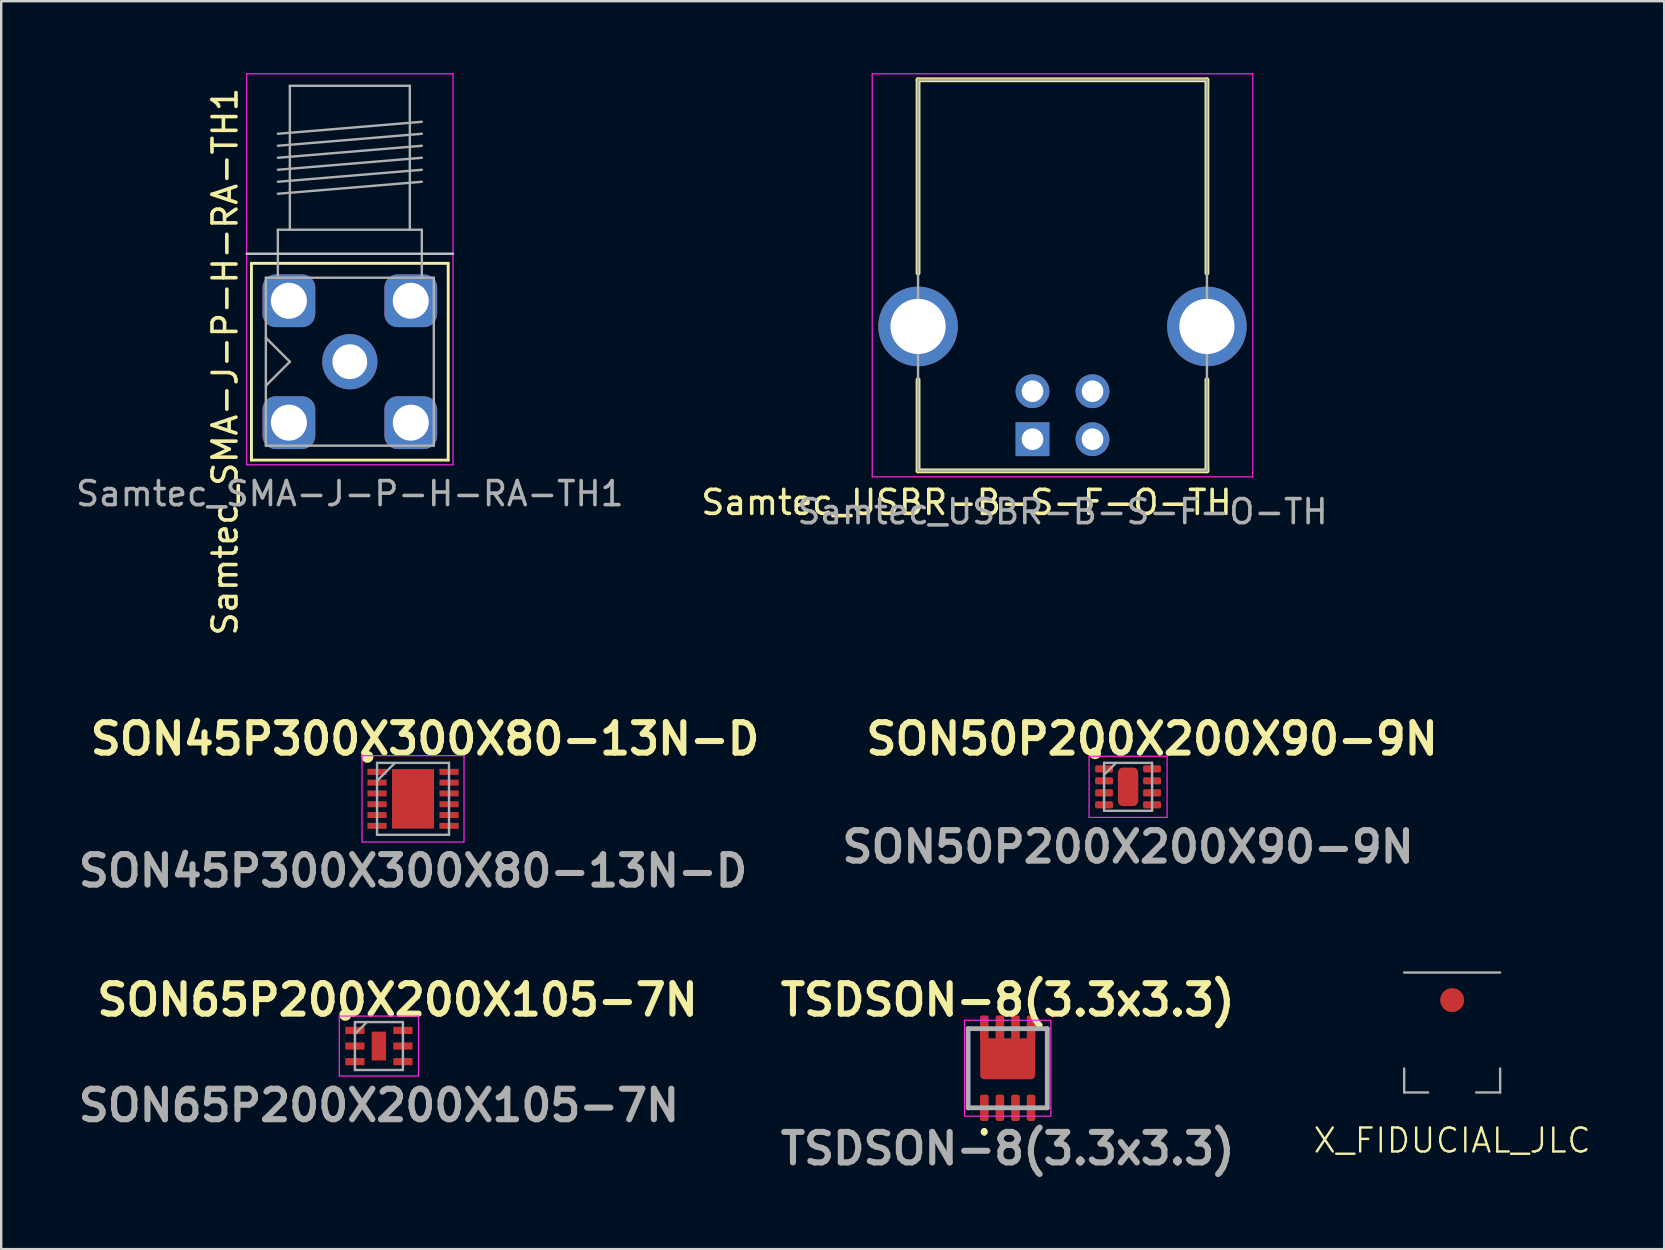
<source format=kicad_pcb>
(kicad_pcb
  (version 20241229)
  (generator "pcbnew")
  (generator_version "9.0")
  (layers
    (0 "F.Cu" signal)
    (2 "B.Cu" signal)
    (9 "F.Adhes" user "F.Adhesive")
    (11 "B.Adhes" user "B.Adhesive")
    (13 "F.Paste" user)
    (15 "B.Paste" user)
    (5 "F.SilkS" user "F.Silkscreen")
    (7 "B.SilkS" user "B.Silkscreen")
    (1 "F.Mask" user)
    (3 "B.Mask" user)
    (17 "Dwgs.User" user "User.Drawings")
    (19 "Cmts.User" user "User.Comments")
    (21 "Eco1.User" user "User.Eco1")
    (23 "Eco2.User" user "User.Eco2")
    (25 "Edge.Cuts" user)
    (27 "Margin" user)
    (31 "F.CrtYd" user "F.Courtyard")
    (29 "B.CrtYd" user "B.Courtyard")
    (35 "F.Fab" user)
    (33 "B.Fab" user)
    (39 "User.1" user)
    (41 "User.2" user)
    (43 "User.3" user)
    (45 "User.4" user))
  (footprint "X_FIDUCIAL_JLC"
    (layer "F.Cu")
    (at 55.472 42.482)
    (property "Reference" "X_FIDUCIAL_JLC" (at 2 2 0) (unlocked yes) (layer "F.SilkS") (effects (font (size 1 1) (thickness 0.1))))
    (attr smd)
    (fp_line (start 0 -5) (end 4 -5) (stroke (width 0.1) (type default)) (layer "F.Fab"))
    (fp_line (start 0 -1) (end 0 0) (stroke (width 0.1) (type default)) (layer "F.Fab"))
    (fp_line (start 0 0) (end 1 0) (stroke (width 0.1) (type default)) (layer "F.Fab"))
    (fp_line (start 3 0) (end 4 0) (stroke (width 0.1) (type default)) (layer "F.Fab"))
    (fp_line (start 4 0) (end 4 -1) (stroke (width 0.1) (type default)) (layer "F.Fab"))
    (pad "1" smd circle (at 2 -3.85) (size 1 1) (layers "F.Cu" "F.Mask" "F.Paste")))
  (footprint "SON45P300X300X80-13N-D"
    (layer "F.Cu")
    (at 14.164 30.243)
    (property "Reference" "SON45P300X300X80-13N-D" (at 0.5 -2.5 0) (layer "F.SilkS") (effects (font (size 1.27 1.27) (thickness 0.254))))
    (attr smd)
    (fp_circle (center -1.9 -1.75) (end -1.9 -1.625) (stroke (width 0.25) (type solid)) (fill no) (layer "F.SilkS"))
    (fp_line (start -2.125 -1.8) (end 2.125 -1.8) (stroke (width 0.05) (type solid)) (layer "F.CrtYd"))
    (fp_line (start -2.125 1.8) (end -2.125 -1.8) (stroke (width 0.05) (type solid)) (layer "F.CrtYd"))
    (fp_line (start 2.125 -1.8) (end 2.125 1.8) (stroke (width 0.05) (type solid)) (layer "F.CrtYd"))
    (fp_line (start 2.125 1.8) (end -2.125 1.8) (stroke (width 0.05) (type solid)) (layer "F.CrtYd"))
    (fp_line (start -1.5 -1.5) (end 1.5 -1.5) (stroke (width 0.1) (type solid)) (layer "F.Fab"))
    (fp_line (start -1.5 -0.75) (end -0.75 -1.5) (stroke (width 0.1) (type solid)) (layer "F.Fab"))
    (fp_line (start -1.5 1.5) (end -1.5 -1.5) (stroke (width 0.1) (type solid)) (layer "F.Fab"))
    (fp_line (start 1.5 -1.5) (end 1.5 1.5) (stroke (width 0.1) (type solid)) (layer "F.Fab"))
    (fp_line (start 1.5 1.5) (end -1.5 1.5) (stroke (width 0.1) (type solid)) (layer "F.Fab"))
    (fp_text user "${REFERENCE}" (at 0 3 0) (layer "F.Fab") (effects (font (size 1.27 1.27) (thickness 0.254))))
    (pad "1" smd rect (at -1.5 -1.125 90) (size 0.25 0.8) (layers "F.Cu" "F.Mask" "F.Paste"))
    (pad "2" smd rect (at -1.5 -0.675 90) (size 0.25 0.8) (layers "F.Cu" "F.Mask" "F.Paste"))
    (pad "3" smd rect (at -1.5 -0.225 90) (size 0.25 0.8) (layers "F.Cu" "F.Mask" "F.Paste"))
    (pad "4" smd rect (at -1.5 0.225 90) (size 0.25 0.8) (layers "F.Cu" "F.Mask" "F.Paste"))
    (pad "5" smd rect (at -1.5 0.675 90) (size 0.25 0.8) (layers "F.Cu" "F.Mask" "F.Paste"))
    (pad "6" smd rect (at -1.5 1.125 90) (size 0.25 0.8) (layers "F.Cu" "F.Mask" "F.Paste"))
    (pad "7" smd rect (at 1.5 1.125 90) (size 0.25 0.8) (layers "F.Cu" "F.Mask" "F.Paste"))
    (pad "8" smd rect (at 1.5 0.675 90) (size 0.25 0.8) (layers "F.Cu" "F.Mask" "F.Paste"))
    (pad "9" smd rect (at 1.5 0.225 90) (size 0.25 0.8) (layers "F.Cu" "F.Mask" "F.Paste"))
    (pad "10" smd rect (at 1.5 -0.225 90) (size 0.25 0.8) (layers "F.Cu" "F.Mask" "F.Paste"))
    (pad "11" smd rect (at 1.5 -0.675 90) (size 0.25 0.8) (layers "F.Cu" "F.Mask" "F.Paste"))
    (pad "12" smd rect (at 1.5 -1.125 90) (size 0.25 0.8) (layers "F.Cu" "F.Mask" "F.Paste"))
    (pad "13" smd rect (at 0 0) (size 1.75 2.48) (layers "F.Cu" "F.Mask" "F.Paste")))
  (footprint "Samtec_USBR-B-S-F-O-TH"
    (layer "F.Cu")
    (at 41.232 0.275)
    (property "Reference" "Samtec_USBR-B-S-F-O-TH" (at -4 17.615 180) (layer "F.SilkS") (effects (font (size 1 1) (thickness 0.15))))
    (attr through_hole)
    (fp_line (start -6.02 0) (end 6.02 0) (stroke (width 0.2) (type solid)) (layer "F.SilkS"))
    (fp_line (start -6.02 8.06) (end -6.02 0) (stroke (width 0.2) (type solid)) (layer "F.SilkS"))
    (fp_line (start -6.02 16.3) (end -6.02 12.5) (stroke (width 0.2) (type solid)) (layer "F.SilkS"))
    (fp_line (start 6.02 0) (end 6.02 8.06) (stroke (width 0.2) (type solid)) (layer "F.SilkS"))
    (fp_line (start 6.02 12.5) (end 6.02 16.3) (stroke (width 0.2) (type solid)) (layer "F.SilkS"))
    (fp_line (start 6.02 16.3) (end -6.02 16.3) (stroke (width 0.2) (type solid)) (layer "F.SilkS"))
    (fp_line (start -7.93 -0.25) (end 7.93 -0.25) (stroke (width 0.05) (type solid)) (layer "F.CrtYd"))
    (fp_line (start -7.93 16.55) (end -7.93 -0.25) (stroke (width 0.05) (type solid)) (layer "F.CrtYd"))
    (fp_line (start 7.93 -0.25) (end 7.93 16.55) (stroke (width 0.05) (type solid)) (layer "F.CrtYd"))
    (fp_line (start 7.93 16.55) (end -7.93 16.55) (stroke (width 0.05) (type solid)) (layer "F.CrtYd"))
    (fp_line (start -6.02 0) (end 6.02 0) (stroke (width 0.1) (type solid)) (layer "F.Fab"))
    (fp_line (start -6.02 16.3) (end -6.02 0) (stroke (width 0.1) (type solid)) (layer "F.Fab"))
    (fp_line (start 6.02 0) (end 6.02 16.3) (stroke (width 0.1) (type solid)) (layer "F.Fab"))
    (fp_line (start 6.02 16.3) (end -6.02 16.3) (stroke (width 0.1) (type solid)) (layer "F.Fab"))
    (fp_text user "${REFERENCE}" (at 0 18 0) (layer "F.Fab") (effects (font (size 1 1) (thickness 0.15))))
    (pad "1" thru_hole rect (at -1.25 14.98 180) (size 1.408 1.408) (drill 0.9) (layers "*.Cu" "*.Mask"))
    (pad "2" thru_hole circle (at 1.25 14.98 180) (size 1.408 1.408) (drill 0.9) (layers "*.Cu" "*.Mask"))
    (pad "3" thru_hole circle (at 1.25 12.98 180) (size 1.408 1.408) (drill 0.9) (layers "*.Cu" "*.Mask"))
    (pad "4" thru_hole circle (at -1.25 12.98 180) (size 1.408 1.408) (drill 0.9) (layers "*.Cu" "*.Mask"))
    (pad "5" thru_hole circle (at -6.02 10.28 180) (size 3.316 3.316) (drill 2.3) (layers "*.Cu" "*.Mask"))
    (pad "5" thru_hole circle (at 6.02 10.28 180) (size 3.316 3.316) (drill 2.3) (layers "*.Cu" "*.Mask")))
  (footprint "SON50P200X200X90-9N"
    (layer "F.Cu")
    (at 43.965 29.743)
    (property "Reference" "SON50P200X200X90-9N" (at 1 -2 0) (layer "F.SilkS") (effects (font (size 1.27 1.27) (thickness 0.254))))
    (attr smd)
    (fp_circle (center -1.375 -1.4) (end -1.375 -1.275) (stroke (width 0.25) (type solid)) (fill no) (layer "F.SilkS"))
    (fp_rect (start -0.312 -0.675) (end 0.312 -0.375) (stroke (width 0.1) (type solid)) (fill yes) (layer "F.Paste"))
    (fp_rect (start -0.312 -0.2) (end 0.312 0.2) (stroke (width 0.1) (type solid)) (fill yes) (layer "F.Paste"))
    (fp_rect (start -0.312 0.375) (end 0.312 0.675) (stroke (width 0.1) (type solid)) (fill yes) (layer "F.Paste"))
    (fp_line (start -1.625 -1.275) (end 1.625 -1.275) (stroke (width 0.05) (type solid)) (layer "F.CrtYd"))
    (fp_line (start -1.625 1.275) (end -1.625 -1.275) (stroke (width 0.05) (type solid)) (layer "F.CrtYd"))
    (fp_line (start 1.625 -1.275) (end 1.625 1.275) (stroke (width 0.05) (type solid)) (layer "F.CrtYd"))
    (fp_line (start 1.625 1.275) (end -1.625 1.275) (stroke (width 0.05) (type solid)) (layer "F.CrtYd"))
    (fp_line (start -1 -1) (end 1 -1) (stroke (width 0.1) (type solid)) (layer "F.Fab"))
    (fp_line (start -1 -0.5) (end -0.5 -1) (stroke (width 0.1) (type solid)) (layer "F.Fab"))
    (fp_line (start -1 1) (end -1 -1) (stroke (width 0.1) (type solid)) (layer "F.Fab"))
    (fp_line (start 1 -1) (end 1 1) (stroke (width 0.1) (type solid)) (layer "F.Fab"))
    (fp_line (start 1 1) (end -1 1) (stroke (width 0.1) (type solid)) (layer "F.Fab"))
    (fp_text user "${REFERENCE}" (at 0 2.5 0) (layer "F.Fab") (effects (font (size 1.27 1.27) (thickness 0.254))))
    (pad "1" smd roundrect (at -1 -0.75 90) (size 0.3 0.75) (layers "F.Cu" "F.Mask" "F.Paste") (roundrect_rratio 0.25))
    (pad "2" smd roundrect (at -1 -0.25 90) (size 0.3 0.75) (layers "F.Cu" "F.Mask" "F.Paste") (roundrect_rratio 0.25))
    (pad "3" smd roundrect (at -1 0.25 90) (size 0.3 0.75) (layers "F.Cu" "F.Mask" "F.Paste") (roundrect_rratio 0.25))
    (pad "4" smd roundrect (at -1 0.75 90) (size 0.3 0.75) (layers "F.Cu" "F.Mask" "F.Paste") (roundrect_rratio 0.25))
    (pad "5" smd roundrect (at 1 0.75 90) (size 0.3 0.75) (layers "F.Cu" "F.Mask" "F.Paste") (roundrect_rratio 0.25))
    (pad "6" smd roundrect (at 1 0.25 90) (size 0.3 0.75) (layers "F.Cu" "F.Mask" "F.Paste") (roundrect_rratio 0.25))
    (pad "7" smd roundrect (at 1 -0.25 90) (size 0.3 0.75) (layers "F.Cu" "F.Mask" "F.Paste") (roundrect_rratio 0.25))
    (pad "8" smd roundrect (at 1 -0.75 90) (size 0.3 0.75) (layers "F.Cu" "F.Mask" "F.Paste") (roundrect_rratio 0.25))
    (pad "9" smd roundrect (at 0 0) (size 0.85 1.605) (layers "F.Cu" "F.Mask") (roundrect_rratio 0.25)))
  (footprint "Samtec_SMA-J-P-H-RA-TH1"
    (layer "F.Cu")
    (at 11.53 7.525)
    (property "Reference" "Samtec_SMA-J-P-H-RA-TH1" (at -5.2 4.5 90) (layer "F.SilkS") (effects (font (size 1 1) (thickness 0.15))))
    (attr through_hole)
    (fp_line (start -4.1 0.4) (end -4.1 8.6) (stroke (width 0.12) (type solid)) (layer "F.SilkS"))
    (fp_line (start -4.1 0.4) (end 4.1 0.4) (stroke (width 0.12) (type solid)) (layer "F.SilkS"))
    (fp_line (start -4.1 8.6) (end 4.1 8.6) (stroke (width 0.12) (type solid)) (layer "F.SilkS"))
    (fp_line (start 4.1 0.4) (end 4.1 8.6) (stroke (width 0.12) (type solid)) (layer "F.SilkS"))
    (fp_line (start 4.3 0) (end -4.3 0) (stroke (width 0.1) (type solid)) (layer "Dwgs.User"))
    (fp_line (start -4.3 -7.5) (end -4.3 8.8) (stroke (width 0.05) (type solid)) (layer "F.CrtYd"))
    (fp_line (start -4.3 -7.5) (end 4.3 -7.5) (stroke (width 0.05) (type solid)) (layer "F.CrtYd"))
    (fp_line (start 4.3 8.8) (end -4.3 8.8) (stroke (width 0.05) (type solid)) (layer "F.CrtYd"))
    (fp_line (start 4.3 8.8) (end 4.3 -7.5) (stroke (width 0.05) (type solid)) (layer "F.CrtYd"))
    (fp_line (start -3.5 1) (end -3.5 8) (stroke (width 0.1) (type solid)) (layer "F.Fab"))
    (fp_line (start -3.5 1) (end 3.5 1) (stroke (width 0.1) (type solid)) (layer "F.Fab"))
    (fp_line (start -3.5 3.5) (end -2.5 4.5) (stroke (width 0.1) (type solid)) (layer "F.Fab"))
    (fp_line (start -3.5 8) (end 3.5 8) (stroke (width 0.1) (type solid)) (layer "F.Fab"))
    (fp_line (start -3 -5) (end 3 -5.5) (stroke (width 0.1) (type solid)) (layer "F.Fab"))
    (fp_line (start -3 -4.5) (end 3 -5) (stroke (width 0.1) (type solid)) (layer "F.Fab"))
    (fp_line (start -3 -4) (end 3 -4.5) (stroke (width 0.1) (type solid)) (layer "F.Fab"))
    (fp_line (start -3 -3.5) (end 3 -4) (stroke (width 0.1) (type solid)) (layer "F.Fab"))
    (fp_line (start -3 -3) (end 3 -3.5) (stroke (width 0.1) (type solid)) (layer "F.Fab"))
    (fp_line (start -3 -2.5) (end 3 -3) (stroke (width 0.1) (type solid)) (layer "F.Fab"))
    (fp_line (start -3 -1) (end -3 1) (stroke (width 0.1) (type solid)) (layer "F.Fab"))
    (fp_line (start -2.5 -7) (end -2.5 -1) (stroke (width 0.1) (type solid)) (layer "F.Fab"))
    (fp_line (start -2.5 -7) (end 2.5 -7) (stroke (width 0.1) (type solid)) (layer "F.Fab"))
    (fp_line (start -2.5 4.5) (end -3.5 5.5) (stroke (width 0.1) (type solid)) (layer "F.Fab"))
    (fp_line (start 2.5 -7) (end 2.5 -1) (stroke (width 0.1) (type solid)) (layer "F.Fab"))
    (fp_line (start 3 -1) (end -3 -1) (stroke (width 0.1) (type solid)) (layer "F.Fab"))
    (fp_line (start 3 -1) (end 3 1) (stroke (width 0.1) (type solid)) (layer "F.Fab"))
    (fp_line (start 3.5 1) (end 3.5 8) (stroke (width 0.1) (type solid)) (layer "F.Fab"))
    (fp_text user "${REFERENCE}" (at 0 10 0) (layer "F.Fab") (effects (font (size 1 1) (thickness 0.15))))
    (pad "1" thru_hole circle (at 0 4.5) (size 2.3 2.3) (drill 1.45) (layers "*.Cu" "*.Mask") (remove_unused_layers yes) (keep_end_layers yes) (zone_layer_connections))
    (pad "2" thru_hole roundrect (at -2.54 1.96) (size 2.2 2.2) (drill 1.5) (layers "*.Cu" "*.Mask") (remove_unused_layers yes) (keep_end_layers yes) (zone_layer_connections) (roundrect_rratio 0.25))
    (pad "2" thru_hole roundrect (at -2.54 7.04) (size 2.2 2.2) (drill 1.5) (layers "*.Cu" "*.Mask") (remove_unused_layers yes) (keep_end_layers yes) (zone_layer_connections) (roundrect_rratio 0.25))
    (pad "2" thru_hole roundrect (at 2.54 1.96) (size 2.2 2.2) (drill 1.5) (layers "*.Cu" "*.Mask") (remove_unused_layers yes) (keep_end_layers yes) (zone_layer_connections) (roundrect_rratio 0.25))
    (pad "2" thru_hole roundrect (at 2.54 7.04) (size 2.2 2.2) (drill 1.5) (layers "*.Cu" "*.Mask") (remove_unused_layers yes) (keep_end_layers yes) (zone_layer_connections) (roundrect_rratio 0.25)))
  (footprint "TSDSON-8(3.3x3.3)"
    (layer "F.Cu")
    (at 38.948 41.471)
    (property "Reference" "TSDSON-8(3.3x3.3)" (at 0 -2.85 0) (layer "F.SilkS") (effects (font (size 1.27 1.27) (thickness 0.254))))
    (attr smd)
    (fp_line (start -1.65 -1.65) (end -1.65 -1.65) (stroke (width 0.1) (type solid)) (layer "F.SilkS"))
    (fp_line (start -1.65 -1.65) (end -1.65 1.65) (stroke (width 0.1) (type solid)) (layer "F.SilkS"))
    (fp_line (start -1.65 1.65) (end -1.65 -1.65) (stroke (width 0.1) (type solid)) (layer "F.SilkS"))
    (fp_line (start -1.65 1.65) (end -1.65 1.65) (stroke (width 0.1) (type solid)) (layer "F.SilkS"))
    (fp_line (start -0.975 2.6) (end -0.975 2.6) (stroke (width 0.2) (type solid)) (layer "F.SilkS"))
    (fp_line (start -0.975 2.6) (end -0.975 2.6) (stroke (width 0.2) (type solid)) (layer "F.SilkS"))
    (fp_line (start -0.975 2.7) (end -0.975 2.7) (stroke (width 0.2) (type solid)) (layer "F.SilkS"))
    (fp_line (start 1.65 -1.65) (end 1.65 -1.65) (stroke (width 0.1) (type solid)) (layer "F.SilkS"))
    (fp_line (start 1.65 -1.65) (end 1.65 1.65) (stroke (width 0.1) (type solid)) (layer "F.SilkS"))
    (fp_line (start 1.65 1.65) (end 1.65 -1.65) (stroke (width 0.1) (type solid)) (layer "F.SilkS"))
    (fp_line (start 1.65 1.65) (end 1.65 1.65) (stroke (width 0.1) (type solid)) (layer "F.SilkS"))
    (fp_arc (start -0.975 2.6) (mid -0.925 2.65) (end -0.975 2.7) (stroke (width 0.2) (type solid)) (layer "F.SilkS"))
    (fp_arc (start -0.975 2.7) (mid -1.025 2.65) (end -0.975 2.6) (stroke (width 0.2) (type solid)) (layer "F.SilkS"))
    (fp_arc (start -0.975 2.7) (mid -1.025 2.65) (end -0.975 2.6) (stroke (width 0.2) (type solid)) (layer "F.SilkS"))
    (fp_rect (start -1 -1) (end -0.5 -0.7) (stroke (width 0.1) (type default)) (fill yes) (layer "F.Paste"))
    (fp_rect (start -1 -0.5) (end -0.5 -0.3) (stroke (width 0.1) (type default)) (fill yes) (layer "F.Paste"))
    (fp_rect (start -1 -0.1) (end -0.5 0.3) (stroke (width 0.1) (type default)) (fill yes) (layer "F.Paste"))
    (fp_rect (start -0.2 -1) (end 0.2 -0.7) (stroke (width 0.1) (type default)) (fill yes) (layer "F.Paste"))
    (fp_rect (start -0.2 -0.5) (end 0.2 -0.3) (stroke (width 0.1) (type default)) (fill yes) (layer "F.Paste"))
    (fp_rect (start -0.2 -0.1) (end 0.2 0.3) (stroke (width 0.1) (type default)) (fill yes) (layer "F.Paste"))
    (fp_rect (start 0.5 -1) (end 1 -0.7) (stroke (width 0.1) (type default)) (fill yes) (layer "F.Paste"))
    (fp_rect (start 0.5 -0.5) (end 1 -0.3) (stroke (width 0.1) (type default)) (fill yes) (layer "F.Paste"))
    (fp_rect (start 0.5 -0.1) (end 1 0.3) (stroke (width 0.1) (type default)) (fill yes) (layer "F.Paste"))
    (fp_rect (start -1.8 -2) (end 1.8 2) (stroke (width 0.05) (type default)) (fill no) (layer "F.CrtYd"))
    (fp_line (start -1.65 -1.65) (end -1.65 1.65) (stroke (width 0.2) (type solid)) (layer "F.Fab"))
    (fp_line (start -1.65 1.65) (end 1.65 1.65) (stroke (width 0.2) (type solid)) (layer "F.Fab"))
    (fp_line (start 1.65 -1.65) (end -1.65 -1.65) (stroke (width 0.2) (type solid)) (layer "F.Fab"))
    (fp_line (start 1.65 1.65) (end 1.65 -1.65) (stroke (width 0.2) (type solid)) (layer "F.Fab"))
    (fp_text user "${REFERENCE}" (at 0 3.35 0) (layer "F.Fab") (effects (font (size 1.27 1.27) (thickness 0.254))))
    (pad "D" smd roundrect (at -0.975 -1.65) (size 0.36 1.1) (layers "F.Cu" "F.Mask" "F.Paste") (roundrect_rratio 0.25))
    (pad "D" smd roundrect (at -0.325 -1.65) (size 0.36 1.1) (layers "F.Cu" "F.Mask" "F.Paste") (roundrect_rratio 0.25))
    (pad "D" smd roundrect (at 0 -0.395 90) (size 1.71 2.29) (layers "F.Cu" "F.Mask") (roundrect_rratio 0.1))
    (pad "D" smd roundrect (at 0.325 -1.65) (size 0.36 1.1) (layers "F.Cu" "F.Mask" "F.Paste") (roundrect_rratio 0.25))
    (pad "D" smd roundrect (at 0.975 -1.65) (size 0.36 1.1) (layers "F.Cu" "F.Mask" "F.Paste") (roundrect_rratio 0.25))
    (pad "G" smd roundrect (at 0.975 1.65) (size 0.36 1.1) (layers "F.Cu" "F.Mask" "F.Paste") (roundrect_rratio 0.25))
    (pad "S" smd roundrect (at -0.975 1.65) (size 0.36 1.1) (layers "F.Cu" "F.Mask" "F.Paste") (roundrect_rratio 0.25))
    (pad "S" smd roundrect (at -0.325 1.65) (size 0.36 1.1) (layers "F.Cu" "F.Mask" "F.Paste") (roundrect_rratio 0.25))
    (pad "S" smd roundrect (at 0.325 1.65) (size 0.36 1.1) (layers "F.Cu" "F.Mask" "F.Paste") (roundrect_rratio 0.25)))
  (footprint "SON65P200X200X105-7N"
    (layer "F.Cu")
    (at 12.742 40.546)
    (property "Reference" "SON65P200X200X105-7N" (at 0.775 -1.925 0) (layer "F.SilkS") (effects (font (size 1.27 1.27) (thickness 0.254))))
    (attr smd)
    (fp_circle (center -1.4 -1.3) (end -1.4 -1.175) (stroke (width 0.25) (type solid)) (fill no) (layer "F.SilkS"))
    (fp_line (start -1.65 -1.25) (end 1.65 -1.25) (stroke (width 0.05) (type solid)) (layer "F.CrtYd"))
    (fp_line (start -1.65 1.25) (end -1.65 -1.25) (stroke (width 0.05) (type solid)) (layer "F.CrtYd"))
    (fp_line (start 1.65 -1.25) (end 1.65 1.25) (stroke (width 0.05) (type solid)) (layer "F.CrtYd"))
    (fp_line (start 1.65 1.25) (end -1.65 1.25) (stroke (width 0.05) (type solid)) (layer "F.CrtYd"))
    (fp_line (start -1 -1) (end 1 -1) (stroke (width 0.1) (type solid)) (layer "F.Fab"))
    (fp_line (start -1 -0.5) (end -0.5 -1) (stroke (width 0.1) (type solid)) (layer "F.Fab"))
    (fp_line (start -1 1) (end -1 -1) (stroke (width 0.1) (type solid)) (layer "F.Fab"))
    (fp_line (start 1 -1) (end 1 1) (stroke (width 0.1) (type solid)) (layer "F.Fab"))
    (fp_line (start 1 1) (end -1 1) (stroke (width 0.1) (type solid)) (layer "F.Fab"))
    (fp_text user "${REFERENCE}" (at 0 2.475 0) (layer "F.Fab") (effects (font (size 1.27 1.27) (thickness 0.254))))
    (pad "1" smd rect (at -1 -0.65 90) (size 0.3 0.8) (layers "F.Cu" "F.Mask" "F.Paste"))
    (pad "2" smd rect (at -1 0 90) (size 0.3 0.8) (layers "F.Cu" "F.Mask" "F.Paste"))
    (pad "3" smd rect (at -1 0.65 90) (size 0.3 0.8) (layers "F.Cu" "F.Mask" "F.Paste"))
    (pad "4" smd rect (at 1 0.65 90) (size 0.3 0.8) (layers "F.Cu" "F.Mask" "F.Paste"))
    (pad "5" smd rect (at 1 0 90) (size 0.3 0.8) (layers "F.Cu" "F.Mask" "F.Paste"))
    (pad "6" smd rect (at 1 -0.65 90) (size 0.3 0.8) (layers "F.Cu" "F.Mask" "F.Paste"))
    (pad "7" smd rect (at 0 0) (size 0.6 1.2) (layers "F.Cu" "F.Mask" "F.Paste")))
  (gr_rect
    (start -3 -3)
    (end 66.308 49.01)
    (stroke (width 0.1) (type default))
    (fill no)
    (layer "Edge.Cuts")))
</source>
